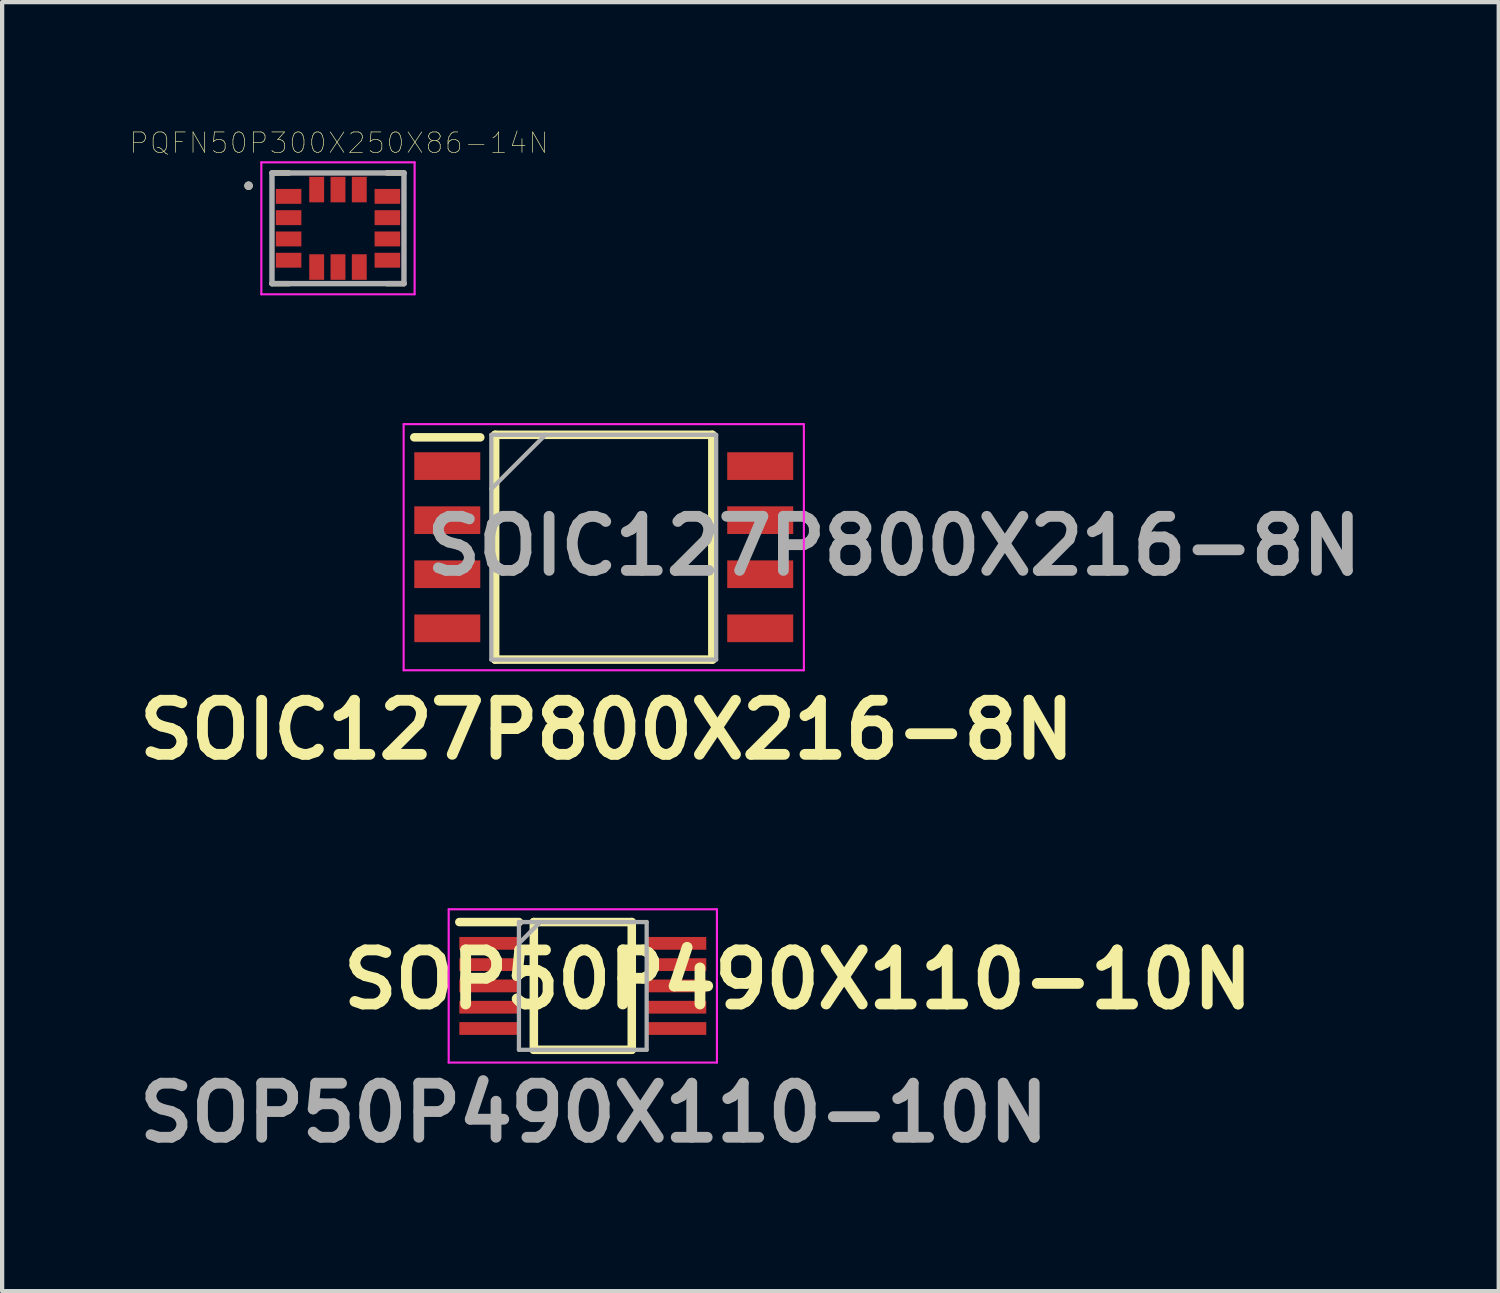
<source format=kicad_pcb>
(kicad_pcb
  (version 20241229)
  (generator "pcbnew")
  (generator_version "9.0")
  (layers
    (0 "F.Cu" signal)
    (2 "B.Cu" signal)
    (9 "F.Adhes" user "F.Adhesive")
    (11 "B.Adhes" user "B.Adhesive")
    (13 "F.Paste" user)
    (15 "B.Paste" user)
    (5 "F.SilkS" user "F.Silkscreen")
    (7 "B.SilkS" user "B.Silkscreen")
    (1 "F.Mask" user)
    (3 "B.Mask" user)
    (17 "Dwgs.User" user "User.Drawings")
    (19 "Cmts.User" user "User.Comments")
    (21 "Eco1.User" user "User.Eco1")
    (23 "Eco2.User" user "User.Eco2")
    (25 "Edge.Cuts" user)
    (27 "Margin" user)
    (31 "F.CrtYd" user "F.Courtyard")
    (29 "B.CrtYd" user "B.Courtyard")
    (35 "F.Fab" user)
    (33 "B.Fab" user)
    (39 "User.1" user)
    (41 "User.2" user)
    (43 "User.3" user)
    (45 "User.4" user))
  (footprint "SOIC127P800X216-8N"
    (layer "F.Cu")
    (at 11.13 9.802)
    (property "Reference" "SOIC127P800X216-8N" (at 0.07 4.29 0) (layer "F.SilkS") (effects (font (size 1.27 1.27) (thickness 0.254))))
    (attr smd)
    (fp_line (start -4.45 -2.58) (end -2.9 -2.58) (stroke (width 0.2) (type solid)) (layer "F.SilkS"))
    (fp_line (start -2.55 -2.64) (end 2.55 -2.64) (stroke (width 0.2) (type solid)) (layer "F.SilkS"))
    (fp_line (start -2.55 2.64) (end -2.55 -2.64) (stroke (width 0.2) (type solid)) (layer "F.SilkS"))
    (fp_line (start 2.55 -2.64) (end 2.55 2.64) (stroke (width 0.2) (type solid)) (layer "F.SilkS"))
    (fp_line (start 2.55 2.64) (end -2.55 2.64) (stroke (width 0.2) (type solid)) (layer "F.SilkS"))
    (fp_line (start -4.7 -2.89) (end 4.7 -2.89) (stroke (width 0.05) (type solid)) (layer "F.CrtYd"))
    (fp_line (start -4.7 2.89) (end -4.7 -2.89) (stroke (width 0.05) (type solid)) (layer "F.CrtYd"))
    (fp_line (start 4.7 -2.89) (end 4.7 2.89) (stroke (width 0.05) (type solid)) (layer "F.CrtYd"))
    (fp_line (start 4.7 2.89) (end -4.7 2.89) (stroke (width 0.05) (type solid)) (layer "F.CrtYd"))
    (fp_line (start -2.64 -2.64) (end 2.64 -2.64) (stroke (width 0.1) (type solid)) (layer "F.Fab"))
    (fp_line (start -2.64 -1.37) (end -1.37 -2.64) (stroke (width 0.1) (type solid)) (layer "F.Fab"))
    (fp_line (start -2.64 2.64) (end -2.64 -2.64) (stroke (width 0.1) (type solid)) (layer "F.Fab"))
    (fp_line (start 2.64 -2.64) (end 2.64 2.64) (stroke (width 0.1) (type solid)) (layer "F.Fab"))
    (fp_line (start 2.64 2.64) (end -2.64 2.64) (stroke (width 0.1) (type solid)) (layer "F.Fab"))
    (fp_text user "${REFERENCE}" (at 6.82 -0.03 0) (layer "F.Fab") (effects (font (size 1.27 1.27) (thickness 0.254))))
    (pad "1" smd rect (at -3.675 -1.905 90) (size 0.65 1.55) (layers "F.Cu" "F.Mask" "F.Paste"))
    (pad "2" smd rect (at -3.675 -0.635 90) (size 0.65 1.55) (layers "F.Cu" "F.Mask" "F.Paste"))
    (pad "3" smd rect (at -3.675 0.635 90) (size 0.65 1.55) (layers "F.Cu" "F.Mask" "F.Paste"))
    (pad "4" smd rect (at -3.675 1.905 90) (size 0.65 1.55) (layers "F.Cu" "F.Mask" "F.Paste"))
    (pad "5" smd rect (at 3.675 1.905 90) (size 0.65 1.55) (layers "F.Cu" "F.Mask" "F.Paste"))
    (pad "6" smd rect (at 3.675 0.635 90) (size 0.65 1.55) (layers "F.Cu" "F.Mask" "F.Paste"))
    (pad "7" smd rect (at 3.675 -0.635 90) (size 0.65 1.55) (layers "F.Cu" "F.Mask" "F.Paste"))
    (pad "8" smd rect (at 3.675 -1.905 90) (size 0.65 1.55) (layers "F.Cu" "F.Mask" "F.Paste")))
  (footprint "SOP50P490X110-10N"
    (layer "F.Cu")
    (at 10.638 20.106)
    (property "Reference" "SOP50P490X110-10N" (at 5.05 -0.15 0) (layer "F.SilkS") (effects (font (size 1.27 1.27) (thickness 0.254))))
    (attr smd)
    (fp_line (start -2.9 -1.5) (end -1.5 -1.5) (stroke (width 0.2) (type solid)) (layer "F.SilkS"))
    (fp_line (start -1.15 -1.5) (end 1.15 -1.5) (stroke (width 0.2) (type solid)) (layer "F.SilkS"))
    (fp_line (start -1.15 1.5) (end -1.15 -1.5) (stroke (width 0.2) (type solid)) (layer "F.SilkS"))
    (fp_line (start 1.15 -1.5) (end 1.15 1.5) (stroke (width 0.2) (type solid)) (layer "F.SilkS"))
    (fp_line (start 1.15 1.5) (end -1.15 1.5) (stroke (width 0.2) (type solid)) (layer "F.SilkS"))
    (fp_line (start -3.15 -1.8) (end 3.15 -1.8) (stroke (width 0.05) (type solid)) (layer "F.CrtYd"))
    (fp_line (start -3.15 1.8) (end -3.15 -1.8) (stroke (width 0.05) (type solid)) (layer "F.CrtYd"))
    (fp_line (start 3.15 -1.8) (end 3.15 1.8) (stroke (width 0.05) (type solid)) (layer "F.CrtYd"))
    (fp_line (start 3.15 1.8) (end -3.15 1.8) (stroke (width 0.05) (type solid)) (layer "F.CrtYd"))
    (fp_line (start -1.5 -1.5) (end 1.5 -1.5) (stroke (width 0.1) (type solid)) (layer "F.Fab"))
    (fp_line (start -1.5 -1) (end -1 -1.5) (stroke (width 0.1) (type solid)) (layer "F.Fab"))
    (fp_line (start -1.5 1.5) (end -1.5 -1.5) (stroke (width 0.1) (type solid)) (layer "F.Fab"))
    (fp_line (start 1.5 -1.5) (end 1.5 1.5) (stroke (width 0.1) (type solid)) (layer "F.Fab"))
    (fp_line (start 1.5 1.5) (end -1.5 1.5) (stroke (width 0.1) (type solid)) (layer "F.Fab"))
    (fp_text user "${REFERENCE}" (at 0.26 2.98 0) (layer "F.Fab") (effects (font (size 1.27 1.27) (thickness 0.254))))
    (pad "1" smd rect (at -2.2 -1 90) (size 0.3 1.4) (layers "F.Cu" "F.Mask" "F.Paste"))
    (pad "2" smd rect (at -2.2 -0.5 90) (size 0.3 1.4) (layers "F.Cu" "F.Mask" "F.Paste"))
    (pad "3" smd rect (at -2.2 0 90) (size 0.3 1.4) (layers "F.Cu" "F.Mask" "F.Paste"))
    (pad "4" smd rect (at -2.2 0.5 90) (size 0.3 1.4) (layers "F.Cu" "F.Mask" "F.Paste"))
    (pad "5" smd rect (at -2.2 1 90) (size 0.3 1.4) (layers "F.Cu" "F.Mask" "F.Paste"))
    (pad "6" smd rect (at 2.2 1 90) (size 0.3 1.4) (layers "F.Cu" "F.Mask" "F.Paste"))
    (pad "7" smd rect (at 2.2 0.5 90) (size 0.3 1.4) (layers "F.Cu" "F.Mask" "F.Paste"))
    (pad "8" smd rect (at 2.2 0 90) (size 0.3 1.4) (layers "F.Cu" "F.Mask" "F.Paste"))
    (pad "9" smd rect (at 2.2 -0.5 90) (size 0.3 1.4) (layers "F.Cu" "F.Mask" "F.Paste"))
    (pad "10" smd rect (at 2.2 -1 90) (size 0.3 1.4) (layers "F.Cu" "F.Mask" "F.Paste")))
  (footprint "PQFN50P300X250X86-14N"
    (layer "F.Cu")
    (at 4.888 2.312)
    (property "Reference" "PQFN50P300X250X86-14N" (at 0.024 -2.005 0) (layer "F.SilkS") (effects (font (size 0.48 0.48) (thickness 0.015))))
    (attr through_hole)
    (fp_line (start -1.55 1.3) (end -1.15 1.3) (stroke (width 0.127) (type solid)) (layer "F.SilkS"))
    (fp_line (start -1.15 -1.3) (end -1.55 -1.3) (stroke (width 0.127) (type solid)) (layer "F.SilkS"))
    (fp_line (start 1.55 -1.3) (end 1.15 -1.3) (stroke (width 0.127) (type solid)) (layer "F.SilkS"))
    (fp_line (start 1.55 1.3) (end 1.15 1.3) (stroke (width 0.127) (type solid)) (layer "F.SilkS"))
    (fp_circle (center -2.1 -1) (end -2.05 -1) (stroke (width 0.1) (type solid)) (fill no) (layer "F.SilkS"))
    (fp_line (start -1.8 -1.55) (end -1.8 1.55) (stroke (width 0.05) (type solid)) (layer "F.CrtYd"))
    (fp_line (start -1.8 1.55) (end 1.8 1.55) (stroke (width 0.05) (type solid)) (layer "F.CrtYd"))
    (fp_line (start 1.8 -1.55) (end -1.8 -1.55) (stroke (width 0.05) (type solid)) (layer "F.CrtYd"))
    (fp_line (start 1.8 1.55) (end 1.8 -1.55) (stroke (width 0.05) (type solid)) (layer "F.CrtYd"))
    (fp_line (start -1.55 -1.3) (end 1.55 -1.3) (stroke (width 0.127) (type solid)) (layer "F.Fab"))
    (fp_line (start -1.55 1.3) (end -1.55 -1.3) (stroke (width 0.127) (type solid)) (layer "F.Fab"))
    (fp_line (start 1.55 -1.3) (end 1.55 1.3) (stroke (width 0.127) (type solid)) (layer "F.Fab"))
    (fp_line (start 1.55 1.3) (end -1.55 1.3) (stroke (width 0.127) (type solid)) (layer "F.Fab"))
    (fp_circle (center -2.1 -1) (end -2.05 -1) (stroke (width 0.1) (type solid)) (fill no) (layer "F.Fab"))
    (pad "1" smd rect (at -1.16 -0.75) (size 0.6 0.35) (layers "F.Cu" "F.Mask" "F.Paste"))
    (pad "2" smd rect (at -1.16 -0.25) (size 0.6 0.35) (layers "F.Cu" "F.Mask" "F.Paste"))
    (pad "3" smd rect (at -1.16 0.25) (size 0.6 0.35) (layers "F.Cu" "F.Mask" "F.Paste"))
    (pad "4" smd rect (at -1.16 0.75) (size 0.6 0.35) (layers "F.Cu" "F.Mask" "F.Paste"))
    (pad "5" smd rect (at -0.5 0.91) (size 0.35 0.6) (layers "F.Cu" "F.Mask" "F.Paste"))
    (pad "6" smd rect (at 0 0.91) (size 0.35 0.6) (layers "F.Cu" "F.Mask" "F.Paste"))
    (pad "7" smd rect (at 0.5 0.91) (size 0.35 0.6) (layers "F.Cu" "F.Mask" "F.Paste"))
    (pad "8" smd rect (at 1.16 0.75) (size 0.6 0.35) (layers "F.Cu" "F.Mask" "F.Paste"))
    (pad "9" smd rect (at 1.16 0.25) (size 0.6 0.35) (layers "F.Cu" "F.Mask" "F.Paste"))
    (pad "10" smd rect (at 1.16 -0.25) (size 0.6 0.35) (layers "F.Cu" "F.Mask" "F.Paste"))
    (pad "11" smd rect (at 1.16 -0.75) (size 0.6 0.35) (layers "F.Cu" "F.Mask" "F.Paste"))
    (pad "12" smd rect (at 0.5 -0.91) (size 0.35 0.6) (layers "F.Cu" "F.Mask" "F.Paste"))
    (pad "13" smd rect (at 0 -0.91) (size 0.35 0.6) (layers "F.Cu" "F.Mask" "F.Paste"))
    (pad "14" smd rect (at -0.5 -0.91) (size 0.35 0.6) (layers "F.Cu" "F.Mask" "F.Paste")))
  (gr_rect
    (start -3 -3)
    (end 32.15 27.274)
    (stroke (width 0.1) (type default))
    (fill no)
    (layer "Edge.Cuts")))
</source>
